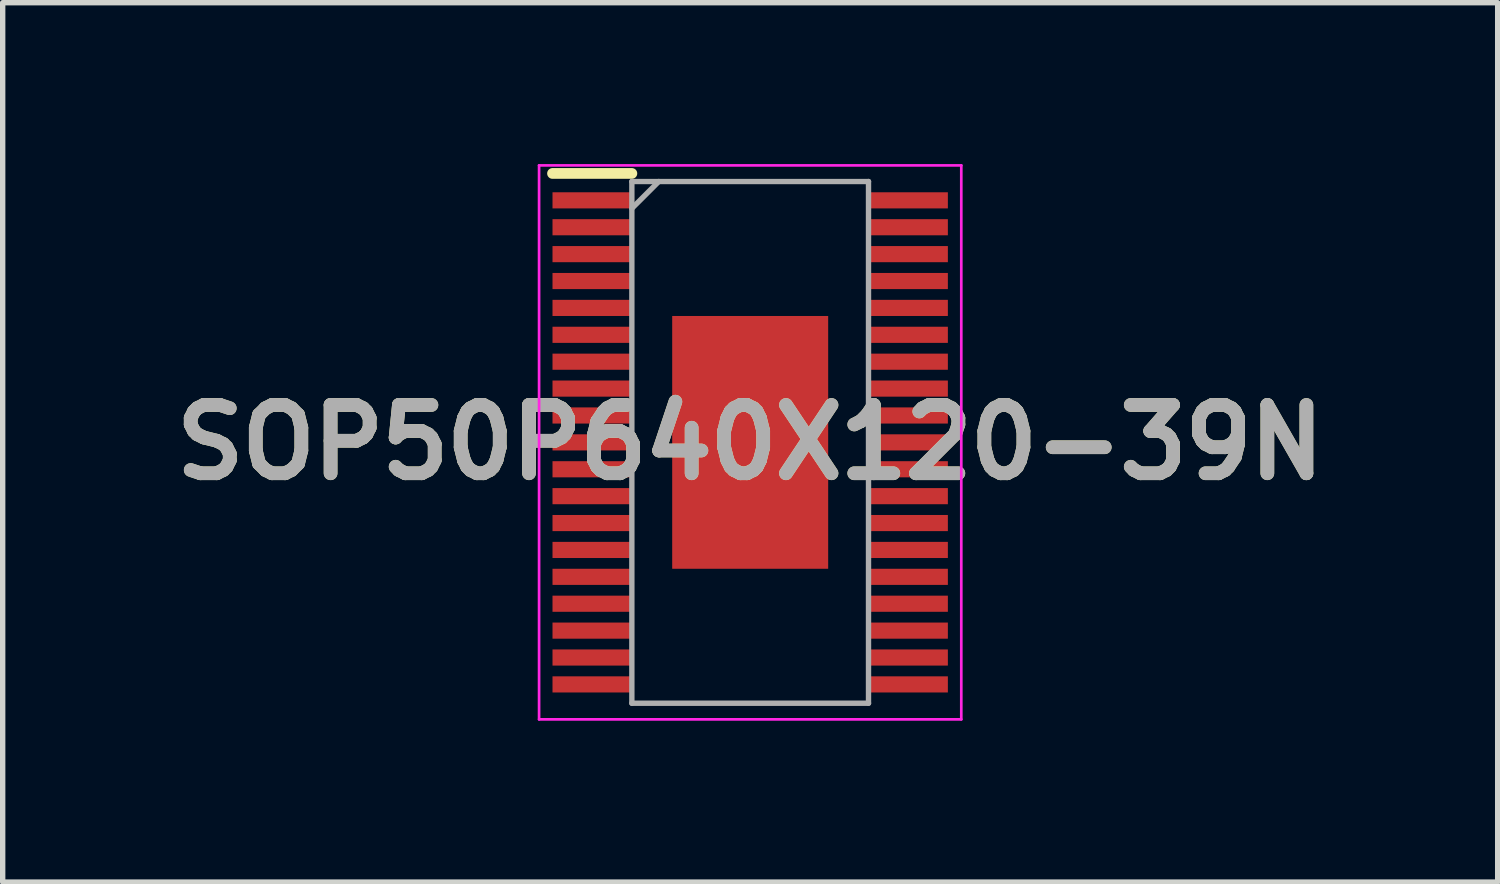
<source format=kicad_pcb>
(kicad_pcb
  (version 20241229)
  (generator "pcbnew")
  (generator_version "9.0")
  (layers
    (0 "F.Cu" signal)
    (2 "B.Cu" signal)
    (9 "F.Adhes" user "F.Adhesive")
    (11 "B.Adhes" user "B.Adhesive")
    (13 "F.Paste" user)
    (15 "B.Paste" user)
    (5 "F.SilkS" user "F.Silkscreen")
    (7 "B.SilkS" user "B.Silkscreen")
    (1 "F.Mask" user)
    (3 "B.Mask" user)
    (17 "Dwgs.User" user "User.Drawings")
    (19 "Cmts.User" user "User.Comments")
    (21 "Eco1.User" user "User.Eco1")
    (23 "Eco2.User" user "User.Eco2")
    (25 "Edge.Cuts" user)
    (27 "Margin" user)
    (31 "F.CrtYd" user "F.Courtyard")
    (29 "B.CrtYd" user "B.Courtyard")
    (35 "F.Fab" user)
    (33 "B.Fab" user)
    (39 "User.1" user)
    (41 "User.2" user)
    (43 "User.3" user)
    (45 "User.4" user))
  (footprint "SOP50P640X120-39N"
    (layer "F.Cu")
    (at 10.898 5.175)
    (property "Reference" "SOP50P640X120-39N" (at 0 0 0) (layer "F.SilkS") (effects (font (size 1.27 1.27) (thickness 0.254))))
    (attr smd)
    (fp_line (start -3.675 -5) (end -2.2 -5) (stroke (width 0.2) (type solid)) (layer "F.SilkS"))
    (fp_line (start -3.925 -5.15) (end 3.925 -5.15) (stroke (width 0.05) (type solid)) (layer "F.CrtYd"))
    (fp_line (start -3.925 5.15) (end -3.925 -5.15) (stroke (width 0.05) (type solid)) (layer "F.CrtYd"))
    (fp_line (start 3.925 -5.15) (end 3.925 5.15) (stroke (width 0.05) (type solid)) (layer "F.CrtYd"))
    (fp_line (start 3.925 5.15) (end -3.925 5.15) (stroke (width 0.05) (type solid)) (layer "F.CrtYd"))
    (fp_line (start -2.2 -4.85) (end 2.2 -4.85) (stroke (width 0.1) (type solid)) (layer "F.Fab"))
    (fp_line (start -2.2 -4.35) (end -1.7 -4.85) (stroke (width 0.1) (type solid)) (layer "F.Fab"))
    (fp_line (start -2.2 4.85) (end -2.2 -4.85) (stroke (width 0.1) (type solid)) (layer "F.Fab"))
    (fp_line (start 2.2 -4.85) (end 2.2 4.85) (stroke (width 0.1) (type solid)) (layer "F.Fab"))
    (fp_line (start 2.2 4.85) (end -2.2 4.85) (stroke (width 0.1) (type solid)) (layer "F.Fab"))
    (fp_text user "${REFERENCE}" (at 0 0 0) (layer "F.Fab") (effects (font (size 1.27 1.27) (thickness 0.254))))
    (pad "1" smd rect (at -2.938 -4.5 90) (size 0.3 1.475) (layers "F.Cu" "F.Mask" "F.Paste"))
    (pad "2" smd rect (at -2.938 -4 90) (size 0.3 1.475) (layers "F.Cu" "F.Mask" "F.Paste"))
    (pad "3" smd rect (at -2.938 -3.5 90) (size 0.3 1.475) (layers "F.Cu" "F.Mask" "F.Paste"))
    (pad "4" smd rect (at -2.938 -3 90) (size 0.3 1.475) (layers "F.Cu" "F.Mask" "F.Paste"))
    (pad "5" smd rect (at -2.938 -2.5 90) (size 0.3 1.475) (layers "F.Cu" "F.Mask" "F.Paste"))
    (pad "6" smd rect (at -2.938 -2 90) (size 0.3 1.475) (layers "F.Cu" "F.Mask" "F.Paste"))
    (pad "7" smd rect (at -2.938 -1.5 90) (size 0.3 1.475) (layers "F.Cu" "F.Mask" "F.Paste"))
    (pad "8" smd rect (at -2.938 -1 90) (size 0.3 1.475) (layers "F.Cu" "F.Mask" "F.Paste"))
    (pad "9" smd rect (at -2.938 -0.5 90) (size 0.3 1.475) (layers "F.Cu" "F.Mask" "F.Paste"))
    (pad "10" smd rect (at -2.938 0 90) (size 0.3 1.475) (layers "F.Cu" "F.Mask" "F.Paste"))
    (pad "11" smd rect (at -2.938 0.5 90) (size 0.3 1.475) (layers "F.Cu" "F.Mask" "F.Paste"))
    (pad "12" smd rect (at -2.938 1 90) (size 0.3 1.475) (layers "F.Cu" "F.Mask" "F.Paste"))
    (pad "13" smd rect (at -2.938 1.5 90) (size 0.3 1.475) (layers "F.Cu" "F.Mask" "F.Paste"))
    (pad "14" smd rect (at -2.938 2 90) (size 0.3 1.475) (layers "F.Cu" "F.Mask" "F.Paste"))
    (pad "15" smd rect (at -2.938 2.5 90) (size 0.3 1.475) (layers "F.Cu" "F.Mask" "F.Paste"))
    (pad "16" smd rect (at -2.938 3 90) (size 0.3 1.475) (layers "F.Cu" "F.Mask" "F.Paste"))
    (pad "17" smd rect (at -2.938 3.5 90) (size 0.3 1.475) (layers "F.Cu" "F.Mask" "F.Paste"))
    (pad "18" smd rect (at -2.938 4 90) (size 0.3 1.475) (layers "F.Cu" "F.Mask" "F.Paste"))
    (pad "19" smd rect (at -2.938 4.5 90) (size 0.3 1.475) (layers "F.Cu" "F.Mask" "F.Paste"))
    (pad "20" smd rect (at 2.938 4.5 90) (size 0.3 1.475) (layers "F.Cu" "F.Mask" "F.Paste"))
    (pad "21" smd rect (at 2.938 4 90) (size 0.3 1.475) (layers "F.Cu" "F.Mask" "F.Paste"))
    (pad "22" smd rect (at 2.938 3.5 90) (size 0.3 1.475) (layers "F.Cu" "F.Mask" "F.Paste"))
    (pad "23" smd rect (at 2.938 3 90) (size 0.3 1.475) (layers "F.Cu" "F.Mask" "F.Paste"))
    (pad "24" smd rect (at 2.938 2.5 90) (size 0.3 1.475) (layers "F.Cu" "F.Mask" "F.Paste"))
    (pad "25" smd rect (at 2.938 2 90) (size 0.3 1.475) (layers "F.Cu" "F.Mask" "F.Paste"))
    (pad "26" smd rect (at 2.938 1.5 90) (size 0.3 1.475) (layers "F.Cu" "F.Mask" "F.Paste"))
    (pad "27" smd rect (at 2.938 1 90) (size 0.3 1.475) (layers "F.Cu" "F.Mask" "F.Paste"))
    (pad "28" smd rect (at 2.938 0.5 90) (size 0.3 1.475) (layers "F.Cu" "F.Mask" "F.Paste"))
    (pad "29" smd rect (at 2.938 0 90) (size 0.3 1.475) (layers "F.Cu" "F.Mask" "F.Paste"))
    (pad "30" smd rect (at 2.938 -0.5 90) (size 0.3 1.475) (layers "F.Cu" "F.Mask" "F.Paste"))
    (pad "31" smd rect (at 2.938 -1 90) (size 0.3 1.475) (layers "F.Cu" "F.Mask" "F.Paste"))
    (pad "32" smd rect (at 2.938 -1.5 90) (size 0.3 1.475) (layers "F.Cu" "F.Mask" "F.Paste"))
    (pad "33" smd rect (at 2.938 -2 90) (size 0.3 1.475) (layers "F.Cu" "F.Mask" "F.Paste"))
    (pad "34" smd rect (at 2.938 -2.5 90) (size 0.3 1.475) (layers "F.Cu" "F.Mask" "F.Paste"))
    (pad "35" smd rect (at 2.938 -3 90) (size 0.3 1.475) (layers "F.Cu" "F.Mask" "F.Paste"))
    (pad "36" smd rect (at 2.938 -3.5 90) (size 0.3 1.475) (layers "F.Cu" "F.Mask" "F.Paste"))
    (pad "37" smd rect (at 2.938 -4 90) (size 0.3 1.475) (layers "F.Cu" "F.Mask" "F.Paste"))
    (pad "38" smd rect (at 2.938 -4.5 90) (size 0.3 1.475) (layers "F.Cu" "F.Mask" "F.Paste"))
    (pad "39" smd rect (at 0 0) (size 2.9 4.7) (layers "F.Cu" "F.Mask" "F.Paste")))
  (gr_rect
    (start -3 -3)
    (end 24.796 13.35)
    (stroke (width 0.1) (type default))
    (fill no)
    (layer "Edge.Cuts")))
</source>
